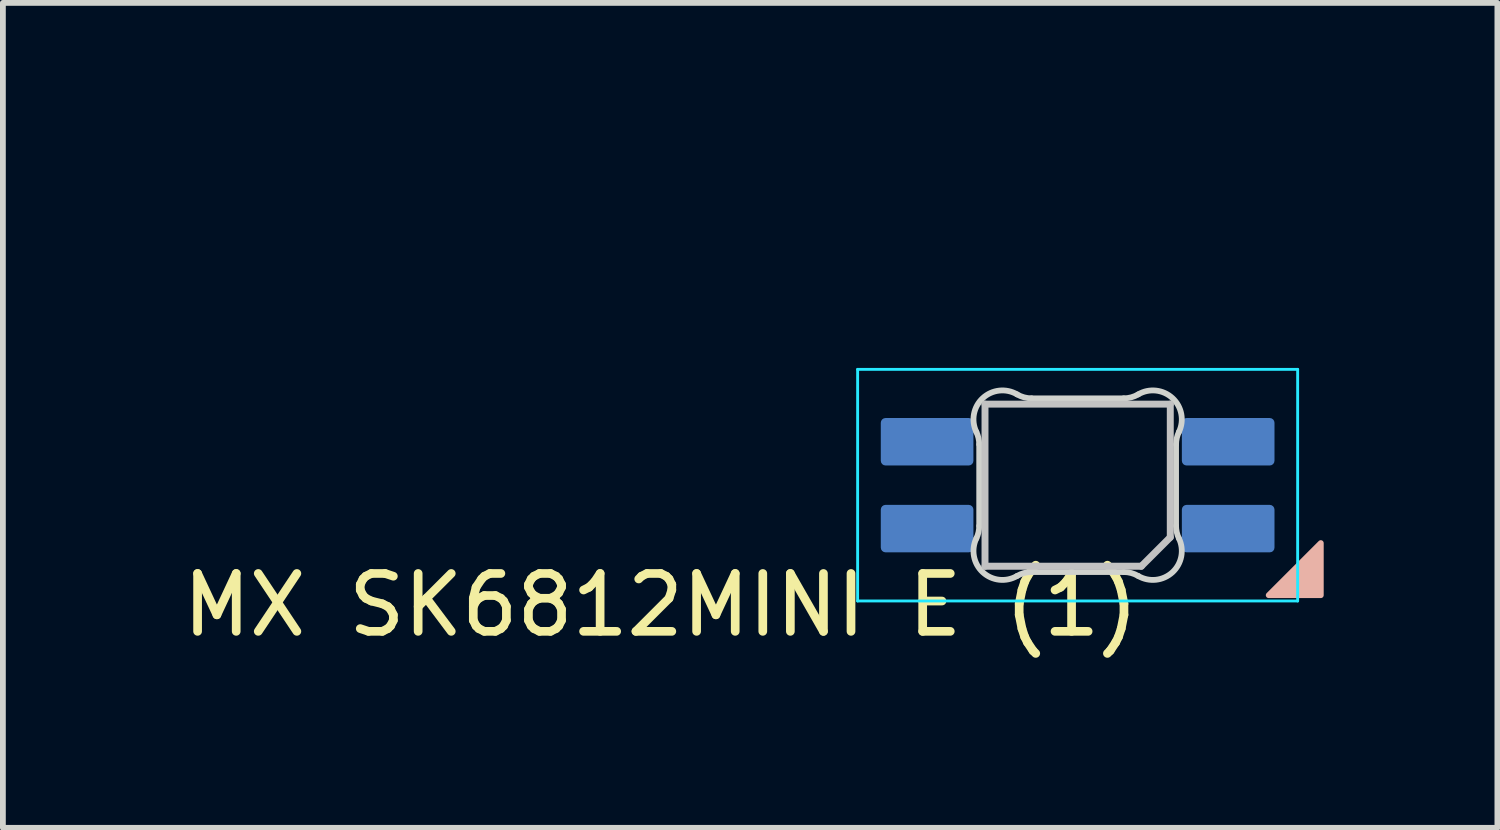
<source format=kicad_pcb>
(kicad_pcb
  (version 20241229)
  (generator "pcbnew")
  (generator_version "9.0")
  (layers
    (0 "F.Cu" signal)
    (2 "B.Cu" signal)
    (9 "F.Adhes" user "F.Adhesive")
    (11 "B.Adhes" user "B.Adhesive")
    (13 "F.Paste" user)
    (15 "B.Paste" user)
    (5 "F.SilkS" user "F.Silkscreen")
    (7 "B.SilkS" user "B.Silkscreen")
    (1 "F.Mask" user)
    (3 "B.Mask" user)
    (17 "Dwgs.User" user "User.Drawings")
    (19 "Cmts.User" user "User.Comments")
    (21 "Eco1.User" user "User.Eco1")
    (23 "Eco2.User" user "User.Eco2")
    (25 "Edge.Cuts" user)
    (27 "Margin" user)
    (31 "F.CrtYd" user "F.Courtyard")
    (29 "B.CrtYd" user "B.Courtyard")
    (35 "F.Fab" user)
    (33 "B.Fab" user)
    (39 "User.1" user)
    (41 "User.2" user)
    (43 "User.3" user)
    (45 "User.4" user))
  (footprint "MX SK6812MINI E (1)"
    (layer "F.Cu")
    (at 15.563 0.25)
    (property "Reference" "MX SK6812MINI E (1)" (at -7.2 7.15 0) (layer "F.SilkS") (effects (font (size 1 1) (thickness 0.15))))
    (attr through_hole)
    (fp_poly (pts (xy 4.2 6.08) (xy 3.3 6.98) (xy 4.2 6.98)) (stroke (width 0.1) (type solid)) (fill yes) (layer "B.SilkS"))
    (fp_line (start -1.6 3.68) (end -1.6 6.48) (stroke (width 0.12) (type solid)) (layer "Dwgs.User"))
    (fp_line (start -1.6 6.48) (end 1.1 6.48) (stroke (width 0.12) (type solid)) (layer "Dwgs.User"))
    (fp_line (start 1.6 3.68) (end -1.6 3.68) (stroke (width 0.12) (type solid)) (layer "Dwgs.User"))
    (fp_line (start 1.6 5.98) (end 1.1 6.48) (stroke (width 0.12) (type solid)) (layer "Dwgs.User"))
    (fp_line (start 1.6 5.98) (end 1.6 3.68) (stroke (width 0.12) (type solid)) (layer "Dwgs.User"))
    (fp_line (start -1.7 5.783) (end -1.7 4.377) (stroke (width 0.1) (type solid)) (layer "Edge.Cuts"))
    (fp_line (start -0.794 3.58) (end 0.794 3.58) (stroke (width 0.1) (type solid)) (layer "Edge.Cuts"))
    (fp_line (start 0.794 6.58) (end -0.794 6.58) (stroke (width 0.1) (type solid)) (layer "Edge.Cuts"))
    (fp_line (start 1.7 4.377) (end 1.7 5.783) (stroke (width 0.1) (type solid)) (layer "Edge.Cuts"))
    (fp_arc (start -1.749484 4.160279) (mid -1.712527 4.265931) (end -1.699999 4.377157) (stroke (width 0.1) (type solid)) (layer "Edge.Cuts"))
    (fp_arc (start -1.749484 4.160279) (mid -1.638071 3.575964) (end -1.046711 3.5117) (stroke (width 0.1) (type solid)) (layer "Edge.Cuts"))
    (fp_arc (start -1.699999 5.782842) (mid -1.712527 5.894067) (end -1.749484 5.999719) (stroke (width 0.1) (type solid)) (layer "Edge.Cuts"))
    (fp_arc (start -1.046711 6.648296) (mid -1.63807 6.584033) (end -1.749484 5.999719) (stroke (width 0.1) (type solid)) (layer "Edge.Cuts"))
    (fp_arc (start -1.04671 6.648298) (mid -0.925122 6.597376) (end -0.794452 6.579999) (stroke (width 0.1) (type solid)) (layer "Edge.Cuts"))
    (fp_arc (start -0.794453 3.579999) (mid -0.925123 3.562622) (end -1.046711 3.5117) (stroke (width 0.1) (type solid)) (layer "Edge.Cuts"))
    (fp_arc (start 0.794452 6.579999) (mid 0.925123 6.597376) (end 1.046711 6.648298) (stroke (width 0.1) (type solid)) (layer "Edge.Cuts"))
    (fp_arc (start 1.046711 3.511701) (mid 0.925123 3.562623) (end 0.794453 3.58) (stroke (width 0.1) (type solid)) (layer "Edge.Cuts"))
    (fp_arc (start 1.046711 3.511701) (mid 1.638071 3.575965) (end 1.749484 4.160279) (stroke (width 0.1) (type solid)) (layer "Edge.Cuts"))
    (fp_arc (start 1.699999 4.377156) (mid 1.712527 4.265931) (end 1.749484 4.160279) (stroke (width 0.1) (type solid)) (layer "Edge.Cuts"))
    (fp_arc (start 1.749484 5.999718) (mid 1.638072 6.584034) (end 1.046711 6.648298) (stroke (width 0.1) (type solid)) (layer "Edge.Cuts"))
    (fp_arc (start 1.749484 5.999719) (mid 1.712527 5.894067) (end 1.699999 5.782841) (stroke (width 0.1) (type solid)) (layer "Edge.Cuts"))
    (fp_line (start -3.8 3.08) (end -3.8 7.08) (stroke (width 0.05) (type solid)) (layer "B.CrtYd"))
    (fp_line (start -3.8 7.08) (end 3.8 7.08) (stroke (width 0.05) (type solid)) (layer "B.CrtYd"))
    (fp_line (start 3.8 3.08) (end -3.8 3.08) (stroke (width 0.05) (type solid)) (layer "B.CrtYd"))
    (fp_line (start 3.8 7.08) (end 3.8 3.08) (stroke (width 0.05) (type solid)) (layer "B.CrtYd"))
    (pad "1" smd roundrect (at -2.6 4.33 270) (size 0.82 1.6) (layers "B.Cu" "B.Mask" "B.Paste") (roundrect_rratio 0.1))
    (pad "2" smd roundrect (at -2.6 5.83 270) (size 0.82 1.6) (layers "B.Cu" "B.Mask" "B.Paste") (roundrect_rratio 0.1))
    (pad "3" smd roundrect (at 2.6 5.83 270) (size 0.82 1.6) (layers "B.Cu" "B.Mask" "B.Paste") (roundrect_rratio 0.1))
    (pad "4" smd roundrect (at 2.6 4.33 270) (size 0.82 1.6) (layers "B.Cu" "B.Mask" "B.Paste") (roundrect_rratio 0.1)))
  (gr_rect
    (start -3 -3)
    (end 22.813 11.248)
    (stroke (width 0.1) (type default))
    (fill no)
    (layer "Edge.Cuts")))
</source>
